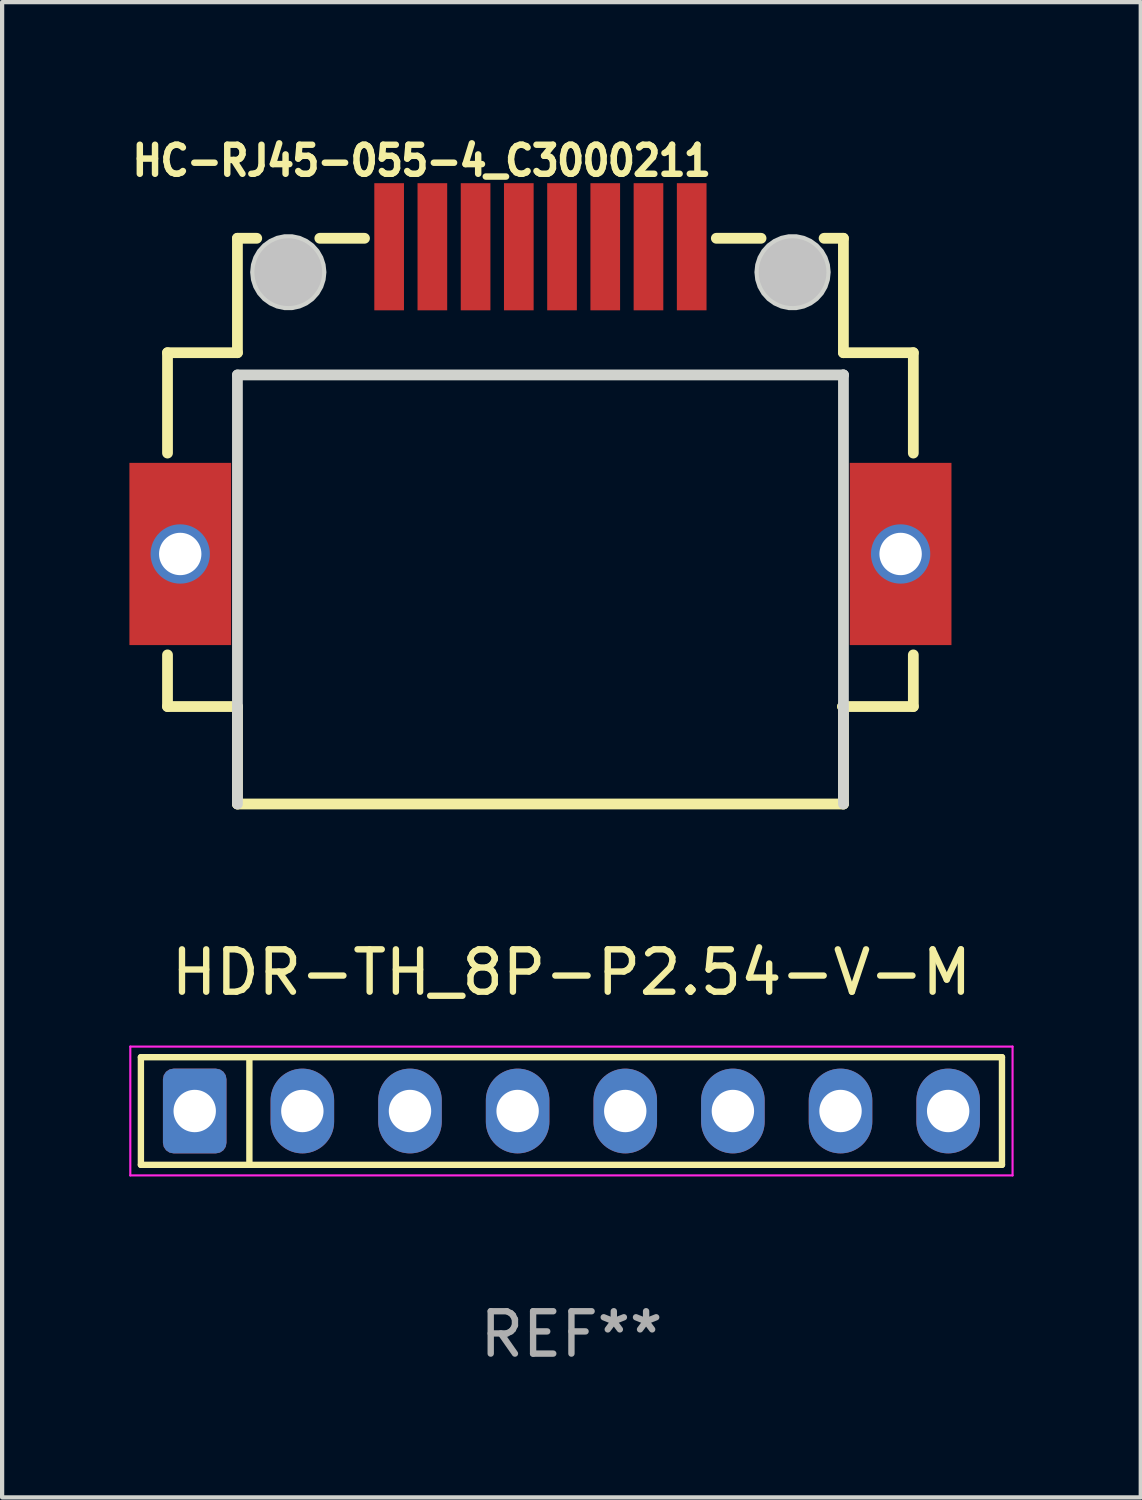
<source format=kicad_pcb>
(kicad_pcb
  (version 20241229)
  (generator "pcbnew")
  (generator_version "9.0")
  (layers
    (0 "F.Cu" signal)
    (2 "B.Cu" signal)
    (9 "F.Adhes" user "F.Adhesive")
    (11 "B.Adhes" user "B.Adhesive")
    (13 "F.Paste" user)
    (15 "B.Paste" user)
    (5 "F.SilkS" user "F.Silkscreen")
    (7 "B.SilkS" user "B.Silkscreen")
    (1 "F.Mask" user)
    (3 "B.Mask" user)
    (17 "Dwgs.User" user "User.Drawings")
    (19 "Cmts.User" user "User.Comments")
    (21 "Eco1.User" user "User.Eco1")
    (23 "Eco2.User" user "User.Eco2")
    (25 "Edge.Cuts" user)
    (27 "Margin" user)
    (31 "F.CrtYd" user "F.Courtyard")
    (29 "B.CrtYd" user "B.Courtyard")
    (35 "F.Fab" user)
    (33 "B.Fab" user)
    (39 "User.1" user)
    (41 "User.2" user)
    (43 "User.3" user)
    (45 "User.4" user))
  (footprint "HDR-TH_8P-P2.54-V-M"
    (layer "F.Cu")
    (at 10.435 23.168)
    (property "Reference" "HDR-TH_8P-P2.54-V-M" (at 0 -3.27 0) (layer "F.SilkS") (effects (font (size 1 1) (thickness 0.15))))
    (attr through_hole)
    (fp_line (start -10.16 -1.27) (end 10.16 -1.27) (stroke (width 0.15) (type solid)) (layer "F.SilkS"))
    (fp_line (start -10.16 1.27) (end -10.16 -1.27) (stroke (width 0.15) (type solid)) (layer "F.SilkS"))
    (fp_line (start -7.6 -1.27) (end -7.6 1.27) (stroke (width 0.15) (type solid)) (layer "F.SilkS"))
    (fp_line (start 10.16 -1.27) (end 10.16 1.27) (stroke (width 0.15) (type solid)) (layer "F.SilkS"))
    (fp_line (start 10.16 1.27) (end -10.16 1.27) (stroke (width 0.15) (type solid)) (layer "F.SilkS"))
    (fp_line (start -10.41 -1.52) (end 10.41 -1.52) (stroke (width 0.05) (type default)) (layer "F.CrtYd"))
    (fp_line (start -10.41 1.52) (end -10.41 -1.52) (stroke (width 0.05) (type default)) (layer "F.CrtYd"))
    (fp_line (start 10.41 -1.52) (end 10.41 1.52) (stroke (width 0.05) (type default)) (layer "F.CrtYd"))
    (fp_line (start 10.41 1.52) (end -10.41 1.52) (stroke (width 0.05) (type default)) (layer "F.CrtYd"))
    (fp_text user "REF**" (at 0 5.27 0) (layer "F.Fab") (effects (font (size 1 1) (thickness 0.15))))
    (pad "1" thru_hole roundrect (at -8.89 0) (size 1.5 2) (drill 1) (layers "*.Cu" "*.Mask") (roundrect_rratio 0.167))
    (pad "2" thru_hole oval (at -6.35 0) (size 1.5 2) (drill 1) (layers "*.Cu" "*.Mask"))
    (pad "3" thru_hole oval (at -3.81 0) (size 1.5 2) (drill 1) (layers "*.Cu" "*.Mask"))
    (pad "4" thru_hole oval (at -1.27 0) (size 1.5 2) (drill 1) (layers "*.Cu" "*.Mask"))
    (pad "5" thru_hole oval (at 1.27 0) (size 1.5 2) (drill 1) (layers "*.Cu" "*.Mask"))
    (pad "6" thru_hole oval (at 3.81 0) (size 1.5 2) (drill 1) (layers "*.Cu" "*.Mask"))
    (pad "7" thru_hole oval (at 6.35 0) (size 1.5 2) (drill 1) (layers "*.Cu" "*.Mask"))
    (pad "8" thru_hole oval (at 8.89 0) (size 1.5 2) (drill 1) (layers "*.Cu" "*.Mask")))
  (footprint "HC-RJ45-055-4_C3000211"
    (layer "F.Cu")
    (at 9.703 6.398)
    (property "Reference" "HC-RJ45-055-4_C3000211" (at -9.703 -5.255 0) (layer "F.SilkS") (effects (font (size 0.686 0.628) (thickness 0.152)) (justify left bottom)))
    (fp_line (start -8.8 -1.125) (end -8.8 1.244) (stroke (width 0.254) (type default)) (layer "F.SilkS"))
    (fp_line (start -8.8 6.006) (end -8.8 7.225) (stroke (width 0.254) (type default)) (layer "F.SilkS"))
    (fp_line (start -8.8 7.225) (end -7.15 7.225) (stroke (width 0.254) (type default)) (layer "F.SilkS"))
    (fp_line (start -7.15 -3.825) (end -7.15 -1.125) (stroke (width 0.254) (type default)) (layer "F.SilkS"))
    (fp_line (start -7.15 -1.125) (end -8.8 -1.125) (stroke (width 0.254) (type default)) (layer "F.SilkS"))
    (fp_line (start -7.15 7.225) (end -7.15 9.525) (stroke (width 0.254) (type default)) (layer "F.SilkS"))
    (fp_line (start -7.15 9.525) (end 7.15 9.525) (stroke (width 0.254) (type default)) (layer "F.SilkS"))
    (fp_line (start -6.694 -3.825) (end -7.15 -3.825) (stroke (width 0.254) (type default)) (layer "F.SilkS"))
    (fp_line (start -4.151 -3.825) (end -5.206 -3.825) (stroke (width 0.254) (type default)) (layer "F.SilkS"))
    (fp_line (start 5.207 -3.825) (end 4.151 -3.825) (stroke (width 0.254) (type default)) (layer "F.SilkS"))
    (fp_line (start 7.13 7.225) (end 8.8 7.225) (stroke (width 0.254) (type default)) (layer "F.SilkS"))
    (fp_line (start 7.15 -3.825) (end 6.694 -3.825) (stroke (width 0.254) (type default)) (layer "F.SilkS"))
    (fp_line (start 7.15 -1.125) (end 7.15 -3.825) (stroke (width 0.254) (type default)) (layer "F.SilkS"))
    (fp_line (start 7.15 7.245) (end 7.13 7.225) (stroke (width 0.254) (type default)) (layer "F.SilkS"))
    (fp_line (start 7.15 9.525) (end 7.15 7.245) (stroke (width 0.254) (type default)) (layer "F.SilkS"))
    (fp_line (start 8.8 -1.125) (end 7.15 -1.125) (stroke (width 0.254) (type default)) (layer "F.SilkS"))
    (fp_line (start 8.8 1.244) (end 8.8 -1.125) (stroke (width 0.254) (type default)) (layer "F.SilkS"))
    (fp_line (start 8.8 7.225) (end 8.8 6.006) (stroke (width 0.254) (type default)) (layer "F.SilkS"))
    (fp_poly (pts (xy -9.7 1.475) (xy -9.7 5.775) (xy -7.3 5.775) (xy -7.3 1.475)) (stroke (width 0) (type default)) (fill yes) (layer "F.Paste"))
    (fp_poly (pts (xy -3.92 -5.125) (xy -3.92 -2.125) (xy -3.22 -2.125) (xy -3.22 -5.125)) (stroke (width 0) (type default)) (fill yes) (layer "F.Paste"))
    (fp_poly (pts (xy -2.9 -5.125) (xy -2.9 -2.125) (xy -2.2 -2.125) (xy -2.2 -5.125)) (stroke (width 0) (type default)) (fill yes) (layer "F.Paste"))
    (fp_poly (pts (xy -1.88 -5.125) (xy -1.88 -2.125) (xy -1.18 -2.125) (xy -1.18 -5.125)) (stroke (width 0) (type default)) (fill yes) (layer "F.Paste"))
    (fp_poly (pts (xy -0.86 -5.125) (xy -0.86 -2.125) (xy -0.16 -2.125) (xy -0.16 -5.125)) (stroke (width 0) (type default)) (fill yes) (layer "F.Paste"))
    (fp_poly (pts (xy 0.16 -5.125) (xy 0.16 -2.125) (xy 0.86 -2.125) (xy 0.86 -5.125)) (stroke (width 0) (type default)) (fill yes) (layer "F.Paste"))
    (fp_poly (pts (xy 1.88 -2.125) (xy 1.88 -5.125) (xy 1.18 -5.125) (xy 1.18 -2.125)) (stroke (width 0) (type default)) (fill yes) (layer "F.Paste"))
    (fp_poly (pts (xy 2.9 -2.125) (xy 2.9 -5.125) (xy 2.2 -5.125) (xy 2.2 -2.125)) (stroke (width 0) (type default)) (fill yes) (layer "F.Paste"))
    (fp_poly (pts (xy 3.92 -2.125) (xy 3.92 -5.125) (xy 3.22 -5.125) (xy 3.22 -2.125)) (stroke (width 0) (type default)) (fill yes) (layer "F.Paste"))
    (fp_poly (pts (xy 9.7 5.775) (xy 9.7 1.475) (xy 7.3 1.475) (xy 7.3 5.775)) (stroke (width 0) (type default)) (fill yes) (layer "F.Paste"))
    (fp_circle (center -5.95 -3.025) (end -5.55 -3.025) (stroke (width 0.8) (type default)) (fill no) (layer "Dwgs.User"))
    (fp_circle (center 5.95 -3.025) (end 6.35 -3.025) (stroke (width 0.8) (type default)) (fill no) (layer "Dwgs.User"))
    (fp_line (start -7.15 -0.6) (end 7.15 -0.6) (stroke (width 0.254) (type default)) (layer "Edge.Cuts"))
    (fp_line (start -7.15 9.525) (end -7.15 -0.6) (stroke (width 0.254) (type default)) (layer "Edge.Cuts"))
    (fp_line (start 7.15 -0.6) (end 7.151 -0.6) (stroke (width 0.254) (type default)) (layer "Edge.Cuts"))
    (fp_line (start 7.151 -0.6) (end 7.151 9.525) (stroke (width 0.254) (type default)) (layer "Edge.Cuts"))
    (fp_poly (pts (xy -5.05 -3.025) (xy -5.07 -3.212) (xy -5.128 -3.391) (xy -5.222 -3.554) (xy -5.348 -3.694) (xy -5.5 -3.804) (xy -5.672 -3.881) (xy -5.856 -3.92) (xy -6.044 -3.92) (xy -6.228 -3.881) (xy -6.4 -3.804) (xy -6.552 -3.694) (xy -6.678 -3.554) (xy -6.772 -3.391) (xy -6.83 -3.212) (xy -6.85 -3.025) (xy -6.83 -2.838) (xy -6.772 -2.659) (xy -6.678 -2.496) (xy -6.552 -2.356) (xy -6.4 -2.246) (xy -6.228 -2.169) (xy -6.044 -2.13) (xy -5.856 -2.13) (xy -5.672 -2.169) (xy -5.5 -2.246) (xy -5.348 -2.356) (xy -5.222 -2.496) (xy -5.128 -2.659) (xy -5.07 -2.838)) (stroke (width 0) (type default)) (fill yes) (layer "Edge.Cuts"))
    (fp_poly (pts (xy 6.85 -3.025) (xy 6.83 -3.212) (xy 6.772 -3.391) (xy 6.678 -3.554) (xy 6.552 -3.694) (xy 6.4 -3.804) (xy 6.228 -3.881) (xy 6.044 -3.92) (xy 5.856 -3.92) (xy 5.672 -3.881) (xy 5.5 -3.804) (xy 5.348 -3.694) (xy 5.222 -3.554) (xy 5.128 -3.391) (xy 5.07 -3.212) (xy 5.05 -3.025) (xy 5.07 -2.838) (xy 5.128 -2.659) (xy 5.222 -2.496) (xy 5.348 -2.356) (xy 5.5 -2.246) (xy 5.672 -2.169) (xy 5.856 -2.13) (xy 6.044 -2.13) (xy 6.228 -2.169) (xy 6.4 -2.246) (xy 6.552 -2.356) (xy 6.678 -2.496) (xy 6.772 -2.659) (xy 6.83 -2.838)) (stroke (width 0) (type default)) (fill yes) (layer "Edge.Cuts"))
    (fp_poly (pts (xy -8.65 3.975) (xy -8.65 3.275) (xy -8.35 3.275) (xy -8.35 3.975)) (stroke (width 0.1) (type default)) (fill no) (layer "User.1"))
    (fp_poly (pts (xy -3.795 -3.825) (xy -3.345 -3.825) (xy -3.345 -2.325) (xy -3.795 -2.325)) (stroke (width 0.1) (type default)) (fill no) (layer "User.1"))
    (fp_poly (pts (xy -2.775 -3.825) (xy -2.325 -3.825) (xy -2.325 -2.325) (xy -2.775 -2.325)) (stroke (width 0.1) (type default)) (fill no) (layer "User.1"))
    (fp_poly (pts (xy -1.755 -3.825) (xy -1.305 -3.825) (xy -1.305 -2.325) (xy -1.755 -2.325)) (stroke (width 0.1) (type default)) (fill no) (layer "User.1"))
    (fp_poly (pts (xy -0.735 -3.825) (xy -0.285 -3.825) (xy -0.285 -2.325) (xy -0.735 -2.325)) (stroke (width 0.1) (type default)) (fill no) (layer "User.1"))
    (fp_poly (pts (xy 0.285 -3.825) (xy 0.735 -3.825) (xy 0.735 -2.325) (xy 0.285 -2.325)) (stroke (width 0.1) (type default)) (fill no) (layer "User.1"))
    (fp_poly (pts (xy 1.305 -3.825) (xy 1.755 -3.825) (xy 1.755 -2.325) (xy 1.305 -2.325)) (stroke (width 0.1) (type default)) (fill no) (layer "User.1"))
    (fp_poly (pts (xy 2.325 -3.825) (xy 2.775 -3.825) (xy 2.775 -2.325) (xy 2.325 -2.325)) (stroke (width 0.1) (type default)) (fill no) (layer "User.1"))
    (fp_poly (pts (xy 3.345 -3.825) (xy 3.795 -3.825) (xy 3.795 -2.325) (xy 3.345 -2.325)) (stroke (width 0.1) (type default)) (fill no) (layer "User.1"))
    (fp_poly (pts (xy 8.35 3.975) (xy 8.35 3.275) (xy 8.65 3.275) (xy 8.65 3.975)) (stroke (width 0.1) (type default)) (fill no) (layer "User.1"))
    (fp_poly (pts (xy -7.3 2.125) (xy -8.8 2.125) (xy -8.8 2.725) (xy -7.6 2.725) (xy -7.6 4.525) (xy -8.8 4.525) (xy -8.8 5.125) (xy -7.3 5.125)) (stroke (width 0.1) (type default)) (fill no) (layer "User.1"))
    (fp_poly (pts (xy 7.3 2.125) (xy 8.8 2.125) (xy 8.8 2.725) (xy 7.6 2.725) (xy 7.6 4.525) (xy 8.8 4.525) (xy 8.8 5.125) (xy 7.3 5.125)) (stroke (width 0.1) (type default)) (fill no) (layer "User.1"))
    (fp_line (start -8.8 -1.08) (end -8.8 7.22) (stroke (width 0.051) (type default)) (layer "User.2"))
    (fp_line (start -8.8 7.22) (end -7.35 7.22) (stroke (width 0.051) (type default)) (layer "User.2"))
    (fp_line (start -7.35 7.22) (end -7.35 9.52) (stroke (width 0.051) (type default)) (layer "User.2"))
    (fp_line (start -7.35 9.52) (end 7.35 9.52) (stroke (width 0.051) (type default)) (layer "User.2"))
    (fp_line (start -7.25 -3.83) (end -7.25 -1.08) (stroke (width 0.051) (type default)) (layer "User.2"))
    (fp_line (start -7.25 -1.08) (end -8.8 -1.08) (stroke (width 0.051) (type default)) (layer "User.2"))
    (fp_line (start 7.255 -3.83) (end -7.25 -3.83) (stroke (width 0.051) (type default)) (layer "User.2"))
    (fp_line (start 7.255 -1.08) (end 7.255 -3.83) (stroke (width 0.051) (type default)) (layer "User.2"))
    (fp_line (start 7.35 7.22) (end 8.8 7.22) (stroke (width 0.051) (type default)) (layer "User.2"))
    (fp_line (start 7.35 9.52) (end 7.35 7.22) (stroke (width 0.051) (type default)) (layer "User.2"))
    (fp_line (start 8.8 -1.08) (end 7.255 -1.08) (stroke (width 0.051) (type default)) (layer "User.2"))
    (fp_line (start 8.8 7.22) (end 8.8 -1.08) (stroke (width 0.051) (type default)) (layer "User.2"))
    (fp_poly (pts (xy -8.74 -3.83) (xy -8.758 -3.872) (xy -8.8 -3.89) (xy -8.842 -3.872) (xy -8.86 -3.83) (xy -8.842 -3.788) (xy -8.8 -3.77) (xy -8.758 -3.788)) (stroke (width 0.1) (type default)) (fill no) (layer "User.3"))
    (pad "1" smd rect (at -3.57 -3.625) (size 0.7 3) (layers "F.Cu" "F.Mask" "F.Paste"))
    (pad "2" smd rect (at -2.55 -3.625) (size 0.7 3) (layers "F.Cu" "F.Mask" "F.Paste"))
    (pad "3" smd rect (at -1.53 -3.625) (size 0.7 3) (layers "F.Cu" "F.Mask" "F.Paste"))
    (pad "4" smd rect (at -0.51 -3.625) (size 0.7 3) (layers "F.Cu" "F.Mask" "F.Paste"))
    (pad "5" smd rect (at 0.51 -3.625) (size 0.7 3) (layers "F.Cu" "F.Mask" "F.Paste"))
    (pad "6" smd rect (at 1.53 -3.625) (size 0.7 3) (layers "F.Cu" "F.Mask" "F.Paste"))
    (pad "7" smd rect (at 2.55 -3.625) (size 0.7 3) (layers "F.Cu" "F.Mask" "F.Paste"))
    (pad "8" smd rect (at 3.57 -3.625) (size 0.7 3) (layers "F.Cu" "F.Mask" "F.Paste"))
    (pad "9" thru_hole circle (at -8.5 3.625) (size 1.4 1.4) (drill 1) (layers "*.Cu" "*.Mask"))
    (pad "9" smd rect (at -8.499 3.625) (size 2.4 4.3) (layers "F.Cu" "F.Mask" "F.Paste"))
    (pad "10" thru_hole circle (at 8.5 3.625) (size 1.4 1.4) (drill 1) (layers "*.Cu" "*.Mask"))
    (pad "10" smd rect (at 8.5 3.625) (size 2.4 4.3) (layers "F.Cu" "F.Mask" "F.Paste")))
  (gr_rect
    (start -3 -3)
    (end 23.87 32.286)
    (stroke (width 0.1) (type default))
    (fill no)
    (layer "Edge.Cuts")))
</source>
